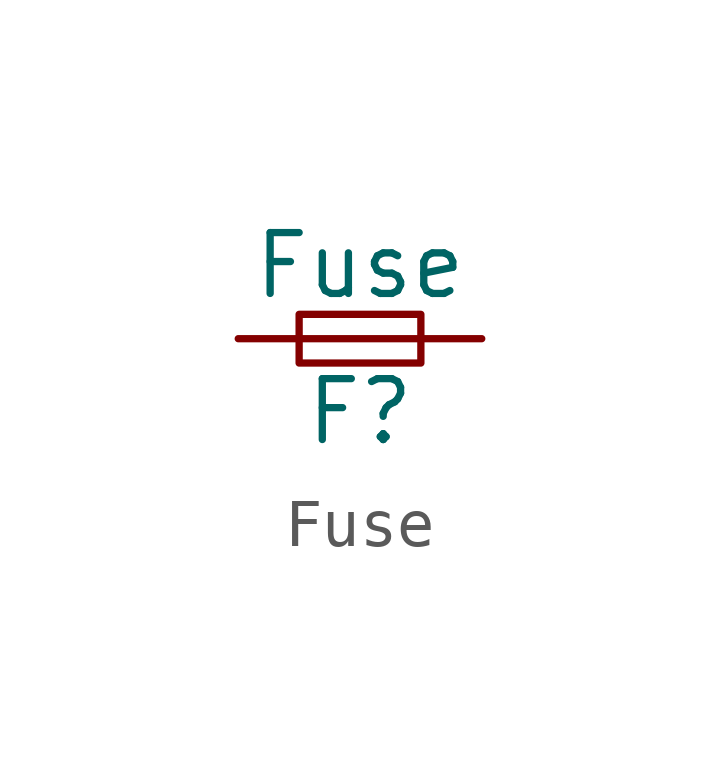
<source format=kicad_sym>
(kicad_symbol_lib
  (version 20220914)
  (generator kicad_symbol_editor)
  (symbol "Fuse"
    (pin_numbers hide)
    (pin_names
      (offset 0.254) hide)
    (property "Reference" "F"
      (at 0 -1.524 0)
      (effects (font (size 1.27 1.27))))
    (property "Value" "Fuse"
      (at 0 1.524 0)
      (effects (font (size 1.27 1.27))))
    (property "PROD_ID" ""
      (at 0 0 0)
      (effects (font (size 1.27 1.27))))
    (symbol "Fuse_0_1"
      (rectangle (start -1.27 0.508) (end 1.27 -0.508) (stroke (width 0) (type default)) (fill (type none)))
      (polyline (pts (xy -1.27 0) (xy 1.27 0)) (stroke (width 0) (type default)) (fill (type none))))
    (symbol "Fuse_1_1"
      (pin passive line (at -2.54 0 0) (length 1.27) (name "~" (effects (font (size 1.27 1.27)))) (number "1" (effects (font (size 1.27 1.27)))))
      (pin passive line (at 2.54 0 180) (length 1.27) (name "~" (effects (font (size 1.27 1.27)))) (number "2" (effects (font (size 1.27 1.27))))))))
</source>
